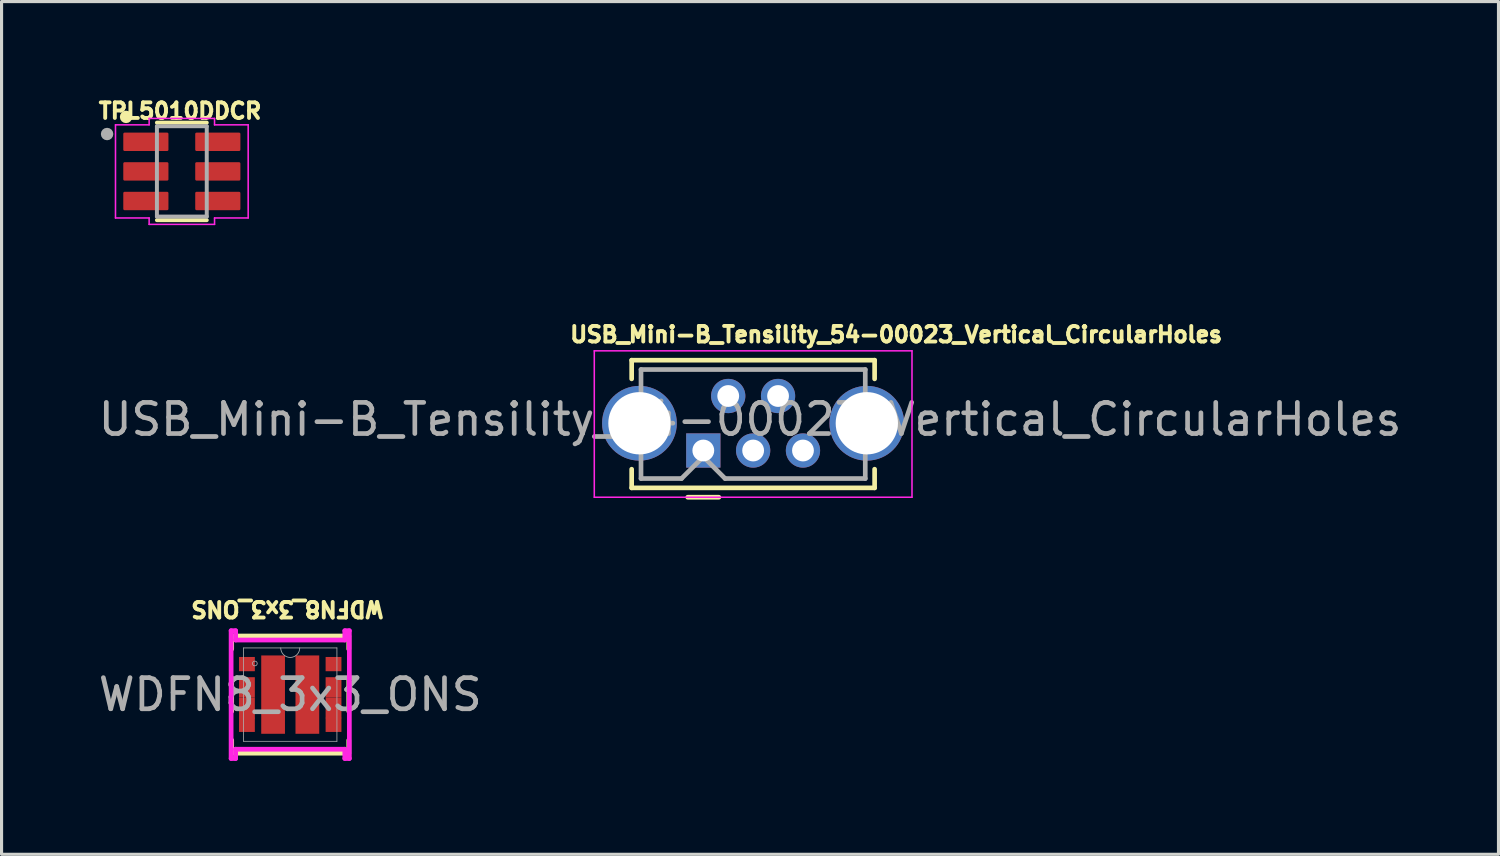
<source format=kicad_pcb>
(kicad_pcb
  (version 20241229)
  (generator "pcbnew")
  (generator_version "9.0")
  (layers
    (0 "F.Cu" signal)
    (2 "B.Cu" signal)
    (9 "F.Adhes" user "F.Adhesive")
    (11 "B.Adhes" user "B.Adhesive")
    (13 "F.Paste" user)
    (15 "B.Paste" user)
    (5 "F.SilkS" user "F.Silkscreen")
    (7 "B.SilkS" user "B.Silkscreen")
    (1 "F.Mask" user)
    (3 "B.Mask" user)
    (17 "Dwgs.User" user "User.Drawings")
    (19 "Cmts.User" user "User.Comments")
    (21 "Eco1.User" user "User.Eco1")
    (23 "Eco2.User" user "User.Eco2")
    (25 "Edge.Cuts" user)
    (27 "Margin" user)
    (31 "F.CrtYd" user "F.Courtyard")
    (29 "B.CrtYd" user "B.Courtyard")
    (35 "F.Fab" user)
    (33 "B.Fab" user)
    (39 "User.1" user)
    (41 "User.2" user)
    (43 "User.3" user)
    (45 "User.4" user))
  (footprint "TPL5010DDCR"
    (layer "F.Cu")
    (at 2.788 2.453)
    (property "Reference" "TPL5010DDCR" (at -0.056 -1.941 180) (layer "F.SilkS") (effects (font (size 0.5 0.5) (thickness 0.125))))
    (attr smd)
    (fp_line (start -0.8 -1.565) (end 0.8 -1.565) (stroke (width 0.127) (type solid)) (layer "F.SilkS"))
    (fp_line (start -0.8 1.565) (end 0.8 1.565) (stroke (width 0.127) (type solid)) (layer "F.SilkS"))
    (fp_circle (center -1.79 -1.75) (end -1.69 -1.75) (stroke (width 0.2) (type solid)) (fill no) (layer "F.SilkS"))
    (fp_line (start -2.13 -1.495) (end -2.13 1.495) (stroke (width 0.05) (type solid)) (layer "F.CrtYd"))
    (fp_line (start -2.13 1.495) (end -1.05 1.495) (stroke (width 0.05) (type solid)) (layer "F.CrtYd"))
    (fp_line (start -1.05 -1.7) (end -1.05 -1.495) (stroke (width 0.05) (type solid)) (layer "F.CrtYd"))
    (fp_line (start -1.05 -1.495) (end -2.13 -1.495) (stroke (width 0.05) (type solid)) (layer "F.CrtYd"))
    (fp_line (start -1.05 1.495) (end -1.05 1.7) (stroke (width 0.05) (type solid)) (layer "F.CrtYd"))
    (fp_line (start -1.05 1.7) (end 1.05 1.7) (stroke (width 0.05) (type solid)) (layer "F.CrtYd"))
    (fp_line (start 1.05 -1.7) (end -1.05 -1.7) (stroke (width 0.05) (type solid)) (layer "F.CrtYd"))
    (fp_line (start 1.05 -1.495) (end 1.05 -1.7) (stroke (width 0.05) (type solid)) (layer "F.CrtYd"))
    (fp_line (start 1.05 1.495) (end 2.13 1.495) (stroke (width 0.05) (type solid)) (layer "F.CrtYd"))
    (fp_line (start 1.05 1.7) (end 1.05 1.495) (stroke (width 0.05) (type solid)) (layer "F.CrtYd"))
    (fp_line (start 2.13 -1.495) (end 1.05 -1.495) (stroke (width 0.05) (type solid)) (layer "F.CrtYd"))
    (fp_line (start 2.13 1.495) (end 2.13 -1.495) (stroke (width 0.05) (type solid)) (layer "F.CrtYd"))
    (fp_line (start -0.8 -1.45) (end -0.8 1.45) (stroke (width 0.127) (type solid)) (layer "F.Fab"))
    (fp_line (start -0.8 1.45) (end 0.8 1.45) (stroke (width 0.127) (type solid)) (layer "F.Fab"))
    (fp_line (start 0.8 -1.45) (end -0.8 -1.45) (stroke (width 0.127) (type solid)) (layer "F.Fab"))
    (fp_line (start 0.8 1.45) (end 0.8 -1.45) (stroke (width 0.127) (type solid)) (layer "F.Fab"))
    (fp_circle (center -2.4 -1.2) (end -2.3 -1.2) (stroke (width 0.2) (type solid)) (fill no) (layer "F.Fab"))
    (pad "1" smd roundrect (at -1.155 -0.95) (size 1.45 0.59) (layers "F.Cu" "F.Mask" "F.Paste") (roundrect_rratio 0.07))
    (pad "2" smd roundrect (at -1.155 0) (size 1.45 0.59) (layers "F.Cu" "F.Mask" "F.Paste") (roundrect_rratio 0.07))
    (pad "3" smd roundrect (at -1.155 0.95) (size 1.45 0.59) (layers "F.Cu" "F.Mask" "F.Paste") (roundrect_rratio 0.07))
    (pad "4" smd roundrect (at 1.155 0.95) (size 1.45 0.59) (layers "F.Cu" "F.Mask" "F.Paste") (roundrect_rratio 0.07))
    (pad "5" smd roundrect (at 1.155 0) (size 1.45 0.59) (layers "F.Cu" "F.Mask" "F.Paste") (roundrect_rratio 0.07))
    (pad "6" smd roundrect (at 1.155 -0.95) (size 1.45 0.59) (layers "F.Cu" "F.Mask" "F.Paste") (roundrect_rratio 0.07)))
  (footprint "USB_Mini-B_Tensility_54-00023_Vertical_CircularHoles"
    (layer "F.Cu")
    (at 19.53 11.414)
    (property "Reference" "USB_Mini-B_Tensility_54-00023_Vertical_CircularHoles" (at 6.191 -3.724 0) (layer "F.SilkS") (effects (font (size 0.5 0.5) (thickness 0.125))))
    (attr through_hole)
    (fp_line (start -2.3 -2.9) (end 5.5 -2.9) (stroke (width 0.15) (type solid)) (layer "F.SilkS"))
    (fp_line (start -2.3 -2.3) (end -2.3 -2.9) (stroke (width 0.15) (type solid)) (layer "F.SilkS"))
    (fp_line (start -2.3 0.6) (end -2.3 1.2) (stroke (width 0.15) (type solid)) (layer "F.SilkS"))
    (fp_line (start -2.3 1.2) (end 5.5 1.2) (stroke (width 0.15) (type solid)) (layer "F.SilkS"))
    (fp_line (start -0.5 1.5) (end 0.5 1.5) (stroke (width 0.15) (type solid)) (layer "F.SilkS"))
    (fp_line (start 5.5 -2.9) (end 5.5 -2.3) (stroke (width 0.15) (type solid)) (layer "F.SilkS"))
    (fp_line (start 5.5 1.2) (end 5.5 0.6) (stroke (width 0.15) (type solid)) (layer "F.SilkS"))
    (fp_line (start -3.5 -3.2) (end -3.5 1.5) (stroke (width 0.05) (type solid)) (layer "F.CrtYd"))
    (fp_line (start -3.5 1.5) (end 6.7 1.5) (stroke (width 0.05) (type solid)) (layer "F.CrtYd"))
    (fp_line (start 6.7 -3.2) (end -3.5 -3.2) (stroke (width 0.05) (type solid)) (layer "F.CrtYd"))
    (fp_line (start 6.7 1.5) (end 6.7 -3.2) (stroke (width 0.05) (type solid)) (layer "F.CrtYd"))
    (fp_line (start -2 0.9) (end -2 -2.6) (stroke (width 0.15) (type solid)) (layer "F.Fab"))
    (fp_line (start -2 0.9) (end -0.7 0.9) (stroke (width 0.15) (type solid)) (layer "F.Fab"))
    (fp_line (start -0.7 0.9) (end 0 0.2) (stroke (width 0.15) (type solid)) (layer "F.Fab"))
    (fp_line (start 0 0.2) (end 0.7 0.9) (stroke (width 0.15) (type solid)) (layer "F.Fab"))
    (fp_line (start 0.7 0.9) (end 5.2 0.9) (stroke (width 0.15) (type solid)) (layer "F.Fab"))
    (fp_line (start 5.2 -2.6) (end -2 -2.6) (stroke (width 0.15) (type solid)) (layer "F.Fab"))
    (fp_line (start 5.2 -2.6) (end 5.2 0.9) (stroke (width 0.15) (type solid)) (layer "F.Fab"))
    (fp_text user "${REFERENCE}" (at 1.5 -1 0) (layer "F.Fab") (effects (font (size 1 1) (thickness 0.15))))
    (pad "1" thru_hole rect (at 0 0) (size 1.1 1.1) (drill 0.7) (layers "*.Cu" "*.Mask"))
    (pad "2" thru_hole circle (at 0.8 -1.75) (size 1.1 1.1) (drill 0.7) (layers "*.Cu" "*.Mask"))
    (pad "3" thru_hole circle (at 1.6 0) (size 1.1 1.1) (drill 0.7) (layers "*.Cu" "*.Mask"))
    (pad "4" thru_hole circle (at 2.4 -1.75) (size 1.1 1.1) (drill 0.7) (layers "*.Cu" "*.Mask"))
    (pad "5" thru_hole circle (at 3.2 0) (size 1.1 1.1) (drill 0.7) (layers "*.Cu" "*.Mask"))
    (pad "6" thru_hole circle (at -2.05 -0.875) (size 2.4 2.4) (drill 2) (layers "*.Cu" "*.Mask"))
    (pad "6" thru_hole circle (at 5.25 -0.875) (size 2.4 2.4) (drill 2) (layers "*.Cu" "*.Mask")))
  (footprint "WDFN8_3x3_ONS"
    (layer "F.Cu")
    (at 6.268 19.251)
    (property "Reference" "WDFN8_3x3_ONS" (at -0.09 -2.75 180) (unlocked yes) (layer "F.SilkS") (effects (font (size 0.5 0.5) (thickness 0.125))))
    (attr smd)
    (fp_poly (pts (xy -1.644 -1.229) (xy -1.644 -0.771) (xy -1.136 -0.771) (xy -1.136 -1.229)) (stroke (width 0) (type solid)) (fill yes) (layer "F.Mask"))
    (fp_poly (pts (xy -1.644 -0.559) (xy -1.136 -0.559) (xy -1.136 1.199) (xy -1.644 1.201)) (stroke (width 0) (type solid)) (fill yes) (layer "F.Mask"))
    (fp_poly (pts (xy -1.644 0.771) (xy -1.644 1.229) (xy -1.136 1.229) (xy -1.136 0.771)) (stroke (width 0) (type solid)) (fill yes) (layer "F.Mask"))
    (fp_poly (pts (xy 1.136 -1.229) (xy 1.136 -0.771) (xy 1.644 -0.771) (xy 1.644 -1.229)) (stroke (width 0) (type solid)) (fill yes) (layer "F.Mask"))
    (fp_poly (pts (xy 1.136 -0.559) (xy 1.644 -0.559) (xy 1.644 1.199) (xy 1.136 1.199)) (stroke (width 0) (type solid)) (fill yes) (layer "F.Mask"))
    (fp_poly (pts (xy 1.136 0.771) (xy 1.136 1.229) (xy 1.644 1.229) (xy 1.644 0.771)) (stroke (width 0) (type solid)) (fill yes) (layer "F.Mask"))
    (fp_line (start -1.88 -1.88) (end -1.88 -1.464) (stroke (width 0.152) (type solid)) (layer "F.SilkS"))
    (fp_line (start -1.88 -0.536) (end -1.88 0.536) (stroke (width 0.152) (type solid)) (layer "F.SilkS"))
    (fp_line (start -1.88 1.464) (end -1.88 1.88) (stroke (width 0.152) (type solid)) (layer "F.SilkS"))
    (fp_line (start -1.88 1.88) (end 1.88 1.88) (stroke (width 0.152) (type solid)) (layer "F.SilkS"))
    (fp_line (start 1.88 -1.88) (end -1.88 -1.88) (stroke (width 0.152) (type solid)) (layer "F.SilkS"))
    (fp_line (start 1.88 -1.464) (end 1.88 -1.88) (stroke (width 0.152) (type solid)) (layer "F.SilkS"))
    (fp_line (start 1.88 0.536) (end 1.88 -0.536) (stroke (width 0.152) (type solid)) (layer "F.SilkS"))
    (fp_line (start 1.88 1.88) (end 1.88 1.464) (stroke (width 0.152) (type solid)) (layer "F.SilkS"))
    (fp_poly (pts (xy -1.644 -1.229) (xy -1.644 -0.771) (xy -1.136 -0.771) (xy -1.136 -1.229)) (stroke (width 0) (type solid)) (fill yes) (layer "F.Paste"))
    (fp_poly (pts (xy -1.644 -0.559) (xy -1.136 -0.559) (xy -1.136 1.199) (xy -1.644 1.201)) (stroke (width 0) (type solid)) (fill yes) (layer "F.Paste"))
    (fp_poly (pts (xy -1.644 0.771) (xy -1.644 1.229) (xy -1.136 1.229) (xy -1.136 0.771)) (stroke (width 0) (type solid)) (fill yes) (layer "F.Paste"))
    (fp_poly (pts (xy 1.136 -1.229) (xy 1.136 -0.771) (xy 1.644 -0.771) (xy 1.644 -1.229)) (stroke (width 0) (type solid)) (fill yes) (layer "F.Paste"))
    (fp_poly (pts (xy 1.136 -0.559) (xy 1.644 -0.559) (xy 1.644 1.199) (xy 1.136 1.199)) (stroke (width 0) (type solid)) (fill yes) (layer "F.Paste"))
    (fp_poly (pts (xy 1.136 0.771) (xy 1.136 1.229) (xy 1.644 1.229) (xy 1.644 0.771)) (stroke (width 0) (type solid)) (fill yes) (layer "F.Paste"))
    (fp_line (start -1.898 -2.051) (end -1.753 -2.051) (stroke (width 0.152) (type solid)) (layer "F.CrtYd"))
    (fp_line (start -1.898 2.051) (end -1.898 -2.051) (stroke (width 0.152) (type solid)) (layer "F.CrtYd"))
    (fp_line (start -1.898 2.051) (end -1.753 2.051) (stroke (width 0.152) (type solid)) (layer "F.CrtYd"))
    (fp_line (start -1.753 -2.051) (end -1.753 -1.753) (stroke (width 0.152) (type solid)) (layer "F.CrtYd"))
    (fp_line (start -1.753 -1.753) (end 1.753 -1.753) (stroke (width 0.152) (type solid)) (layer "F.CrtYd"))
    (fp_line (start -1.753 1.753) (end -1.753 2.051) (stroke (width 0.152) (type solid)) (layer "F.CrtYd"))
    (fp_line (start 1.753 -1.753) (end 1.753 -2.051) (stroke (width 0.152) (type solid)) (layer "F.CrtYd"))
    (fp_line (start 1.753 1.753) (end -1.753 1.753) (stroke (width 0.152) (type solid)) (layer "F.CrtYd"))
    (fp_line (start 1.753 2.051) (end 1.753 1.753) (stroke (width 0.152) (type solid)) (layer "F.CrtYd"))
    (fp_line (start 1.898 -2.051) (end 1.753 -2.051) (stroke (width 0.152) (type solid)) (layer "F.CrtYd"))
    (fp_line (start 1.898 -2.051) (end 1.898 2.051) (stroke (width 0.152) (type solid)) (layer "F.CrtYd"))
    (fp_line (start 1.898 2.051) (end 1.753 2.051) (stroke (width 0.152) (type solid)) (layer "F.CrtYd"))
    (fp_line (start -1.499 -1.499) (end -1.499 1.499) (stroke (width 0.025) (type solid)) (layer "F.Fab"))
    (fp_line (start -1.499 1.499) (end 1.499 1.499) (stroke (width 0.025) (type solid)) (layer "F.Fab"))
    (fp_line (start 1.499 -1.499) (end -1.499 -1.499) (stroke (width 0.025) (type solid)) (layer "F.Fab"))
    (fp_line (start 1.499 1.499) (end 1.499 -1.499) (stroke (width 0.025) (type solid)) (layer "F.Fab"))
    (fp_arc (start 0.3048 -1.4986) (mid 0 -1.1938) (end -0.3048 -1.4986) (stroke (width 0.0254) (type solid)) (layer "F.Fab"))
    (fp_circle (center -1.136 -1) (end -1.06 -1) (stroke (width 0.025) (type solid)) (fill no) (layer "F.Fab"))
    (fp_text user "${REFERENCE}" (at 0 0 0) (unlocked yes) (layer "F.Fab") (effects (font (size 1 1) (thickness 0.15))))
    (pad "1" smd rect (at -1.39 -0.98) (size 0.508 0.457) (layers "F.Cu" "F.Mask" "F.Paste"))
    (pad "2" smd rect (at -1.39 -0.234) (size 0.508 0.65) (layers "F.Cu" "F.Mask" "F.Paste"))
    (pad "3" smd rect (at -1.39 0.431) (size 0.508 0.68) (layers "F.Cu" "F.Mask" "F.Paste"))
    (pad "4" smd rect (at -1.39 0.97) (size 0.508 0.457) (layers "F.Cu" "F.Mask" "F.Paste"))
    (pad "5" smd rect (at 1.39 0.97) (size 0.508 0.457) (layers "F.Cu" "F.Mask" "F.Paste"))
    (pad "6" smd rect (at 1.39 0.426) (size 0.508 0.669) (layers "F.Cu" "F.Mask" "F.Paste"))
    (pad "7" smd rect (at 1.39 -0.234) (size 0.508 0.65) (layers "F.Cu" "F.Mask" "F.Paste"))
    (pad "8" smd rect (at 1.39 -0.98) (size 0.508 0.457) (layers "F.Cu" "F.Mask" "F.Paste"))
    (pad "9" smd rect (at 0.55 0) (size 0.762 2.515) (layers "F.Cu" "F.Mask" "F.Paste"))
    (pad "10" smd rect (at -0.55 0) (size 0.762 2.515) (layers "F.Cu" "F.Mask" "F.Paste")))
  (gr_rect
    (start -3 -3)
    (end 45.06 24.378)
    (stroke (width 0.1) (type default))
    (fill no)
    (layer "Edge.Cuts")))
</source>
